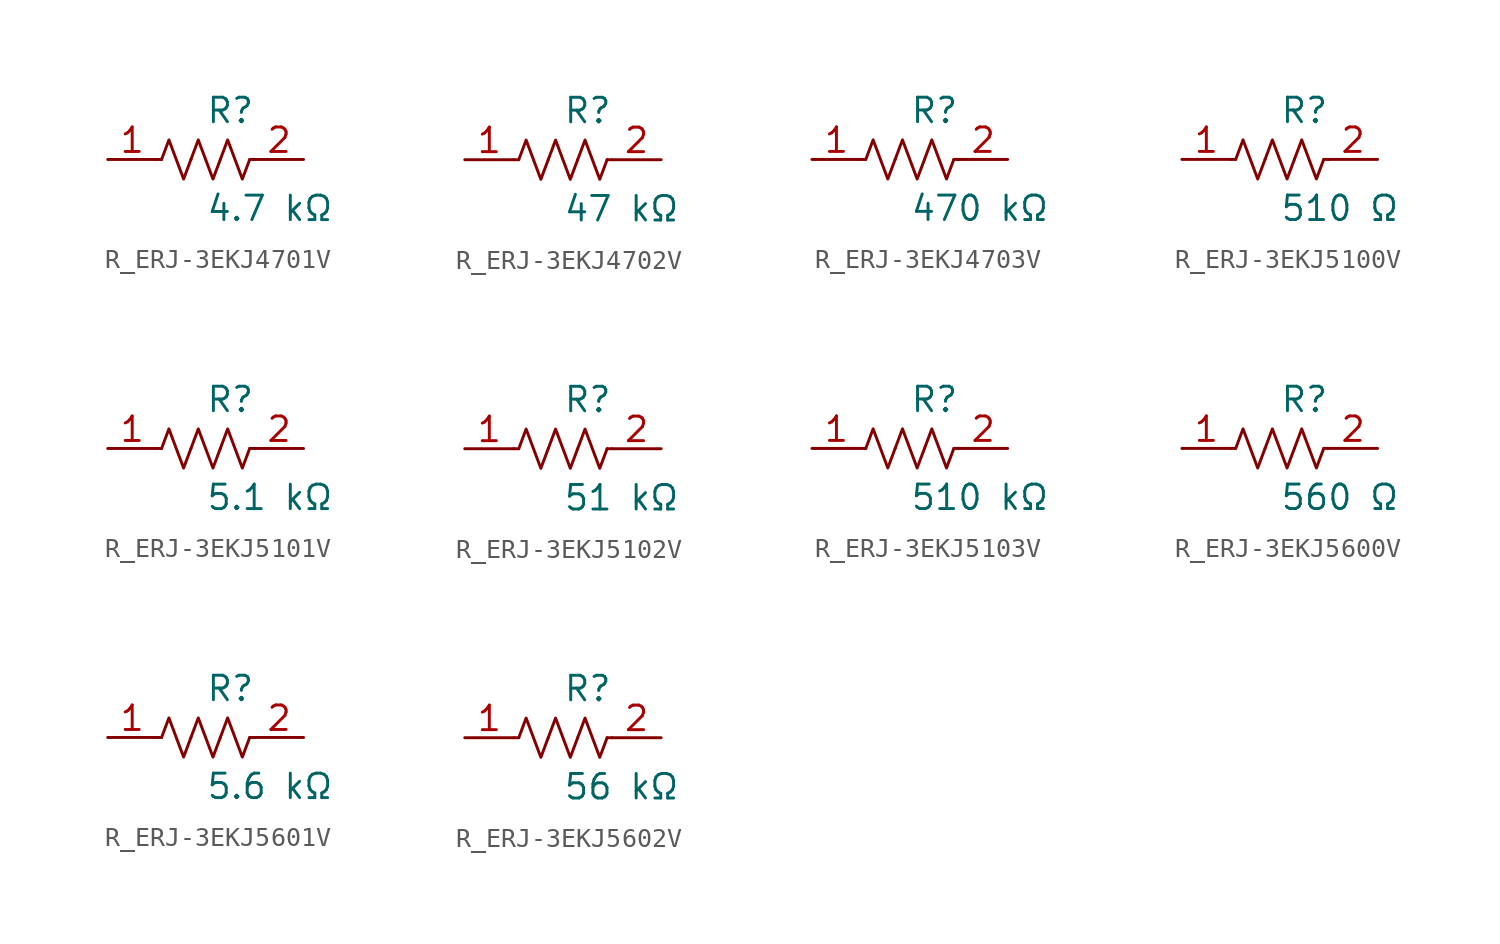
<source format=kicad_sym>
(kicad_symbol_lib
  (version 20231120)
  (generator kicad_symbol_editor)
  (generator_version 8.0)
  (symbol "R_ERJ-3EKJ4701V"
    (pin_names
      (offset 0.254))
    (property "Reference" "R"
      (at 0.0 2.54 0)
      (effects (font (size 1.27 1.27)) (justify left)))
    (property "Value" "4.7 kΩ"
      (at 0.0 -2.54 0)
      (effects (font (size 1.27 1.27)) (justify left)))
    (symbol "R_ERJ-3EKJ4701V_0_1"
      (polyline (pts (xy 2.286 0) (xy 2.54 0)) (stroke (width 0) (type default)) (fill (type none)))
      (polyline (pts (xy -2.286 0) (xy -2.54 0)) (stroke (width 0) (type default)) (fill (type none)))
      (polyline (pts (xy 0.762 0) (xy 1.143 1.016) (xy 1.524 0) (xy 1.905 -1.016) (xy 2.286 0)) (stroke (width 0) (type default)) (fill (type none)))
      (polyline (pts (xy -0.762 0) (xy -0.381 1.016) (xy 0 0) (xy 0.381 -1.016) (xy 0.762 0)) (stroke (width 0) (type default)) (fill (type none)))
      (polyline (pts (xy -2.286 0) (xy -1.905 1.016) (xy -1.524 0) (xy -1.143 -1.016) (xy -0.762 0)) (stroke (width 0) (type default)) (fill (type none))))
    (pin unspecified line
      (at -5.08 0 0)
      (length 2.54)
      (name "" (effects (font (size 1.27 1.27))))
      (number "1" (effects (font (size 1.27 1.27)))))
    (pin unspecified line
      (at 5.08 0 180)
      (length 2.54)
      (name "" (effects (font (size 1.27 1.27))))
      (number "2" (effects (font (size 1.27 1.27))))))
  (symbol "R_ERJ-3EKJ4702V"
    (pin_names
      (offset 0.254))
    (property "Reference" "R"
      (at 0.0 2.54 0)
      (effects (font (size 1.27 1.27)) (justify left)))
    (property "Value" "47 kΩ"
      (at 0.0 -2.54 0)
      (effects (font (size 1.27 1.27)) (justify left)))
    (symbol "R_ERJ-3EKJ4702V_0_1"
      (polyline (pts (xy 2.286 0) (xy 2.54 0)) (stroke (width 0) (type default)) (fill (type none)))
      (polyline (pts (xy -2.286 0) (xy -2.54 0)) (stroke (width 0) (type default)) (fill (type none)))
      (polyline (pts (xy 0.762 0) (xy 1.143 1.016) (xy 1.524 0) (xy 1.905 -1.016) (xy 2.286 0)) (stroke (width 0) (type default)) (fill (type none)))
      (polyline (pts (xy -0.762 0) (xy -0.381 1.016) (xy 0 0) (xy 0.381 -1.016) (xy 0.762 0)) (stroke (width 0) (type default)) (fill (type none)))
      (polyline (pts (xy -2.286 0) (xy -1.905 1.016) (xy -1.524 0) (xy -1.143 -1.016) (xy -0.762 0)) (stroke (width 0) (type default)) (fill (type none))))
    (pin unspecified line
      (at -5.08 0 0)
      (length 2.54)
      (name "" (effects (font (size 1.27 1.27))))
      (number "1" (effects (font (size 1.27 1.27)))))
    (pin unspecified line
      (at 5.08 0 180)
      (length 2.54)
      (name "" (effects (font (size 1.27 1.27))))
      (number "2" (effects (font (size 1.27 1.27))))))
  (symbol "R_ERJ-3EKJ4703V"
    (pin_names
      (offset 0.254))
    (property "Reference" "R"
      (at 0.0 2.54 0)
      (effects (font (size 1.27 1.27)) (justify left)))
    (property "Value" "470 kΩ"
      (at 0.0 -2.54 0)
      (effects (font (size 1.27 1.27)) (justify left)))
    (symbol "R_ERJ-3EKJ4703V_0_1"
      (polyline (pts (xy 2.286 0) (xy 2.54 0)) (stroke (width 0) (type default)) (fill (type none)))
      (polyline (pts (xy -2.286 0) (xy -2.54 0)) (stroke (width 0) (type default)) (fill (type none)))
      (polyline (pts (xy 0.762 0) (xy 1.143 1.016) (xy 1.524 0) (xy 1.905 -1.016) (xy 2.286 0)) (stroke (width 0) (type default)) (fill (type none)))
      (polyline (pts (xy -0.762 0) (xy -0.381 1.016) (xy 0 0) (xy 0.381 -1.016) (xy 0.762 0)) (stroke (width 0) (type default)) (fill (type none)))
      (polyline (pts (xy -2.286 0) (xy -1.905 1.016) (xy -1.524 0) (xy -1.143 -1.016) (xy -0.762 0)) (stroke (width 0) (type default)) (fill (type none))))
    (pin unspecified line
      (at -5.08 0 0)
      (length 2.54)
      (name "" (effects (font (size 1.27 1.27))))
      (number "1" (effects (font (size 1.27 1.27)))))
    (pin unspecified line
      (at 5.08 0 180)
      (length 2.54)
      (name "" (effects (font (size 1.27 1.27))))
      (number "2" (effects (font (size 1.27 1.27))))))
  (symbol "R_ERJ-3EKJ5100V"
    (pin_names
      (offset 0.254))
    (property "Reference" "R"
      (at 0.0 2.54 0)
      (effects (font (size 1.27 1.27)) (justify left)))
    (property "Value" "510 Ω"
      (at 0.0 -2.54 0)
      (effects (font (size 1.27 1.27)) (justify left)))
    (symbol "R_ERJ-3EKJ5100V_0_1"
      (polyline (pts (xy 2.286 0) (xy 2.54 0)) (stroke (width 0) (type default)) (fill (type none)))
      (polyline (pts (xy -2.286 0) (xy -2.54 0)) (stroke (width 0) (type default)) (fill (type none)))
      (polyline (pts (xy 0.762 0) (xy 1.143 1.016) (xy 1.524 0) (xy 1.905 -1.016) (xy 2.286 0)) (stroke (width 0) (type default)) (fill (type none)))
      (polyline (pts (xy -0.762 0) (xy -0.381 1.016) (xy 0 0) (xy 0.381 -1.016) (xy 0.762 0)) (stroke (width 0) (type default)) (fill (type none)))
      (polyline (pts (xy -2.286 0) (xy -1.905 1.016) (xy -1.524 0) (xy -1.143 -1.016) (xy -0.762 0)) (stroke (width 0) (type default)) (fill (type none))))
    (pin unspecified line
      (at -5.08 0 0)
      (length 2.54)
      (name "" (effects (font (size 1.27 1.27))))
      (number "1" (effects (font (size 1.27 1.27)))))
    (pin unspecified line
      (at 5.08 0 180)
      (length 2.54)
      (name "" (effects (font (size 1.27 1.27))))
      (number "2" (effects (font (size 1.27 1.27))))))
  (symbol "R_ERJ-3EKJ5101V"
    (pin_names
      (offset 0.254))
    (property "Reference" "R"
      (at 0.0 2.54 0)
      (effects (font (size 1.27 1.27)) (justify left)))
    (property "Value" "5.1 kΩ"
      (at 0.0 -2.54 0)
      (effects (font (size 1.27 1.27)) (justify left)))
    (symbol "R_ERJ-3EKJ5101V_0_1"
      (polyline (pts (xy 2.286 0) (xy 2.54 0)) (stroke (width 0) (type default)) (fill (type none)))
      (polyline (pts (xy -2.286 0) (xy -2.54 0)) (stroke (width 0) (type default)) (fill (type none)))
      (polyline (pts (xy 0.762 0) (xy 1.143 1.016) (xy 1.524 0) (xy 1.905 -1.016) (xy 2.286 0)) (stroke (width 0) (type default)) (fill (type none)))
      (polyline (pts (xy -0.762 0) (xy -0.381 1.016) (xy 0 0) (xy 0.381 -1.016) (xy 0.762 0)) (stroke (width 0) (type default)) (fill (type none)))
      (polyline (pts (xy -2.286 0) (xy -1.905 1.016) (xy -1.524 0) (xy -1.143 -1.016) (xy -0.762 0)) (stroke (width 0) (type default)) (fill (type none))))
    (pin unspecified line
      (at -5.08 0 0)
      (length 2.54)
      (name "" (effects (font (size 1.27 1.27))))
      (number "1" (effects (font (size 1.27 1.27)))))
    (pin unspecified line
      (at 5.08 0 180)
      (length 2.54)
      (name "" (effects (font (size 1.27 1.27))))
      (number "2" (effects (font (size 1.27 1.27))))))
  (symbol "R_ERJ-3EKJ5102V"
    (pin_names
      (offset 0.254))
    (property "Reference" "R"
      (at 0.0 2.54 0)
      (effects (font (size 1.27 1.27)) (justify left)))
    (property "Value" "51 kΩ"
      (at 0.0 -2.54 0)
      (effects (font (size 1.27 1.27)) (justify left)))
    (symbol "R_ERJ-3EKJ5102V_0_1"
      (polyline (pts (xy 2.286 0) (xy 2.54 0)) (stroke (width 0) (type default)) (fill (type none)))
      (polyline (pts (xy -2.286 0) (xy -2.54 0)) (stroke (width 0) (type default)) (fill (type none)))
      (polyline (pts (xy 0.762 0) (xy 1.143 1.016) (xy 1.524 0) (xy 1.905 -1.016) (xy 2.286 0)) (stroke (width 0) (type default)) (fill (type none)))
      (polyline (pts (xy -0.762 0) (xy -0.381 1.016) (xy 0 0) (xy 0.381 -1.016) (xy 0.762 0)) (stroke (width 0) (type default)) (fill (type none)))
      (polyline (pts (xy -2.286 0) (xy -1.905 1.016) (xy -1.524 0) (xy -1.143 -1.016) (xy -0.762 0)) (stroke (width 0) (type default)) (fill (type none))))
    (pin unspecified line
      (at -5.08 0 0)
      (length 2.54)
      (name "" (effects (font (size 1.27 1.27))))
      (number "1" (effects (font (size 1.27 1.27)))))
    (pin unspecified line
      (at 5.08 0 180)
      (length 2.54)
      (name "" (effects (font (size 1.27 1.27))))
      (number "2" (effects (font (size 1.27 1.27))))))
  (symbol "R_ERJ-3EKJ5103V"
    (pin_names
      (offset 0.254))
    (property "Reference" "R"
      (at 0.0 2.54 0)
      (effects (font (size 1.27 1.27)) (justify left)))
    (property "Value" "510 kΩ"
      (at 0.0 -2.54 0)
      (effects (font (size 1.27 1.27)) (justify left)))
    (symbol "R_ERJ-3EKJ5103V_0_1"
      (polyline (pts (xy 2.286 0) (xy 2.54 0)) (stroke (width 0) (type default)) (fill (type none)))
      (polyline (pts (xy -2.286 0) (xy -2.54 0)) (stroke (width 0) (type default)) (fill (type none)))
      (polyline (pts (xy 0.762 0) (xy 1.143 1.016) (xy 1.524 0) (xy 1.905 -1.016) (xy 2.286 0)) (stroke (width 0) (type default)) (fill (type none)))
      (polyline (pts (xy -0.762 0) (xy -0.381 1.016) (xy 0 0) (xy 0.381 -1.016) (xy 0.762 0)) (stroke (width 0) (type default)) (fill (type none)))
      (polyline (pts (xy -2.286 0) (xy -1.905 1.016) (xy -1.524 0) (xy -1.143 -1.016) (xy -0.762 0)) (stroke (width 0) (type default)) (fill (type none))))
    (pin unspecified line
      (at -5.08 0 0)
      (length 2.54)
      (name "" (effects (font (size 1.27 1.27))))
      (number "1" (effects (font (size 1.27 1.27)))))
    (pin unspecified line
      (at 5.08 0 180)
      (length 2.54)
      (name "" (effects (font (size 1.27 1.27))))
      (number "2" (effects (font (size 1.27 1.27))))))
  (symbol "R_ERJ-3EKJ5600V"
    (pin_names
      (offset 0.254))
    (property "Reference" "R"
      (at 0.0 2.54 0)
      (effects (font (size 1.27 1.27)) (justify left)))
    (property "Value" "560 Ω"
      (at 0.0 -2.54 0)
      (effects (font (size 1.27 1.27)) (justify left)))
    (symbol "R_ERJ-3EKJ5600V_0_1"
      (polyline (pts (xy 2.286 0) (xy 2.54 0)) (stroke (width 0) (type default)) (fill (type none)))
      (polyline (pts (xy -2.286 0) (xy -2.54 0)) (stroke (width 0) (type default)) (fill (type none)))
      (polyline (pts (xy 0.762 0) (xy 1.143 1.016) (xy 1.524 0) (xy 1.905 -1.016) (xy 2.286 0)) (stroke (width 0) (type default)) (fill (type none)))
      (polyline (pts (xy -0.762 0) (xy -0.381 1.016) (xy 0 0) (xy 0.381 -1.016) (xy 0.762 0)) (stroke (width 0) (type default)) (fill (type none)))
      (polyline (pts (xy -2.286 0) (xy -1.905 1.016) (xy -1.524 0) (xy -1.143 -1.016) (xy -0.762 0)) (stroke (width 0) (type default)) (fill (type none))))
    (pin unspecified line
      (at -5.08 0 0)
      (length 2.54)
      (name "" (effects (font (size 1.27 1.27))))
      (number "1" (effects (font (size 1.27 1.27)))))
    (pin unspecified line
      (at 5.08 0 180)
      (length 2.54)
      (name "" (effects (font (size 1.27 1.27))))
      (number "2" (effects (font (size 1.27 1.27))))))
  (symbol "R_ERJ-3EKJ5601V"
    (pin_names
      (offset 0.254))
    (property "Reference" "R"
      (at 0.0 2.54 0)
      (effects (font (size 1.27 1.27)) (justify left)))
    (property "Value" "5.6 kΩ"
      (at 0.0 -2.54 0)
      (effects (font (size 1.27 1.27)) (justify left)))
    (symbol "R_ERJ-3EKJ5601V_0_1"
      (polyline (pts (xy 2.286 0) (xy 2.54 0)) (stroke (width 0) (type default)) (fill (type none)))
      (polyline (pts (xy -2.286 0) (xy -2.54 0)) (stroke (width 0) (type default)) (fill (type none)))
      (polyline (pts (xy 0.762 0) (xy 1.143 1.016) (xy 1.524 0) (xy 1.905 -1.016) (xy 2.286 0)) (stroke (width 0) (type default)) (fill (type none)))
      (polyline (pts (xy -0.762 0) (xy -0.381 1.016) (xy 0 0) (xy 0.381 -1.016) (xy 0.762 0)) (stroke (width 0) (type default)) (fill (type none)))
      (polyline (pts (xy -2.286 0) (xy -1.905 1.016) (xy -1.524 0) (xy -1.143 -1.016) (xy -0.762 0)) (stroke (width 0) (type default)) (fill (type none))))
    (pin unspecified line
      (at -5.08 0 0)
      (length 2.54)
      (name "" (effects (font (size 1.27 1.27))))
      (number "1" (effects (font (size 1.27 1.27)))))
    (pin unspecified line
      (at 5.08 0 180)
      (length 2.54)
      (name "" (effects (font (size 1.27 1.27))))
      (number "2" (effects (font (size 1.27 1.27))))))
  (symbol "R_ERJ-3EKJ5602V"
    (pin_names
      (offset 0.254))
    (property "Reference" "R"
      (at 0.0 2.54 0)
      (effects (font (size 1.27 1.27)) (justify left)))
    (property "Value" "56 kΩ"
      (at 0.0 -2.54 0)
      (effects (font (size 1.27 1.27)) (justify left)))
    (symbol "R_ERJ-3EKJ5602V_0_1"
      (polyline (pts (xy 2.286 0) (xy 2.54 0)) (stroke (width 0) (type default)) (fill (type none)))
      (polyline (pts (xy -2.286 0) (xy -2.54 0)) (stroke (width 0) (type default)) (fill (type none)))
      (polyline (pts (xy 0.762 0) (xy 1.143 1.016) (xy 1.524 0) (xy 1.905 -1.016) (xy 2.286 0)) (stroke (width 0) (type default)) (fill (type none)))
      (polyline (pts (xy -0.762 0) (xy -0.381 1.016) (xy 0 0) (xy 0.381 -1.016) (xy 0.762 0)) (stroke (width 0) (type default)) (fill (type none)))
      (polyline (pts (xy -2.286 0) (xy -1.905 1.016) (xy -1.524 0) (xy -1.143 -1.016) (xy -0.762 0)) (stroke (width 0) (type default)) (fill (type none))))
    (pin unspecified line
      (at -5.08 0 0)
      (length 2.54)
      (name "" (effects (font (size 1.27 1.27))))
      (number "1" (effects (font (size 1.27 1.27)))))
    (pin unspecified line
      (at 5.08 0 180)
      (length 2.54)
      (name "" (effects (font (size 1.27 1.27))))
      (number "2" (effects (font (size 1.27 1.27)))))))
</source>
